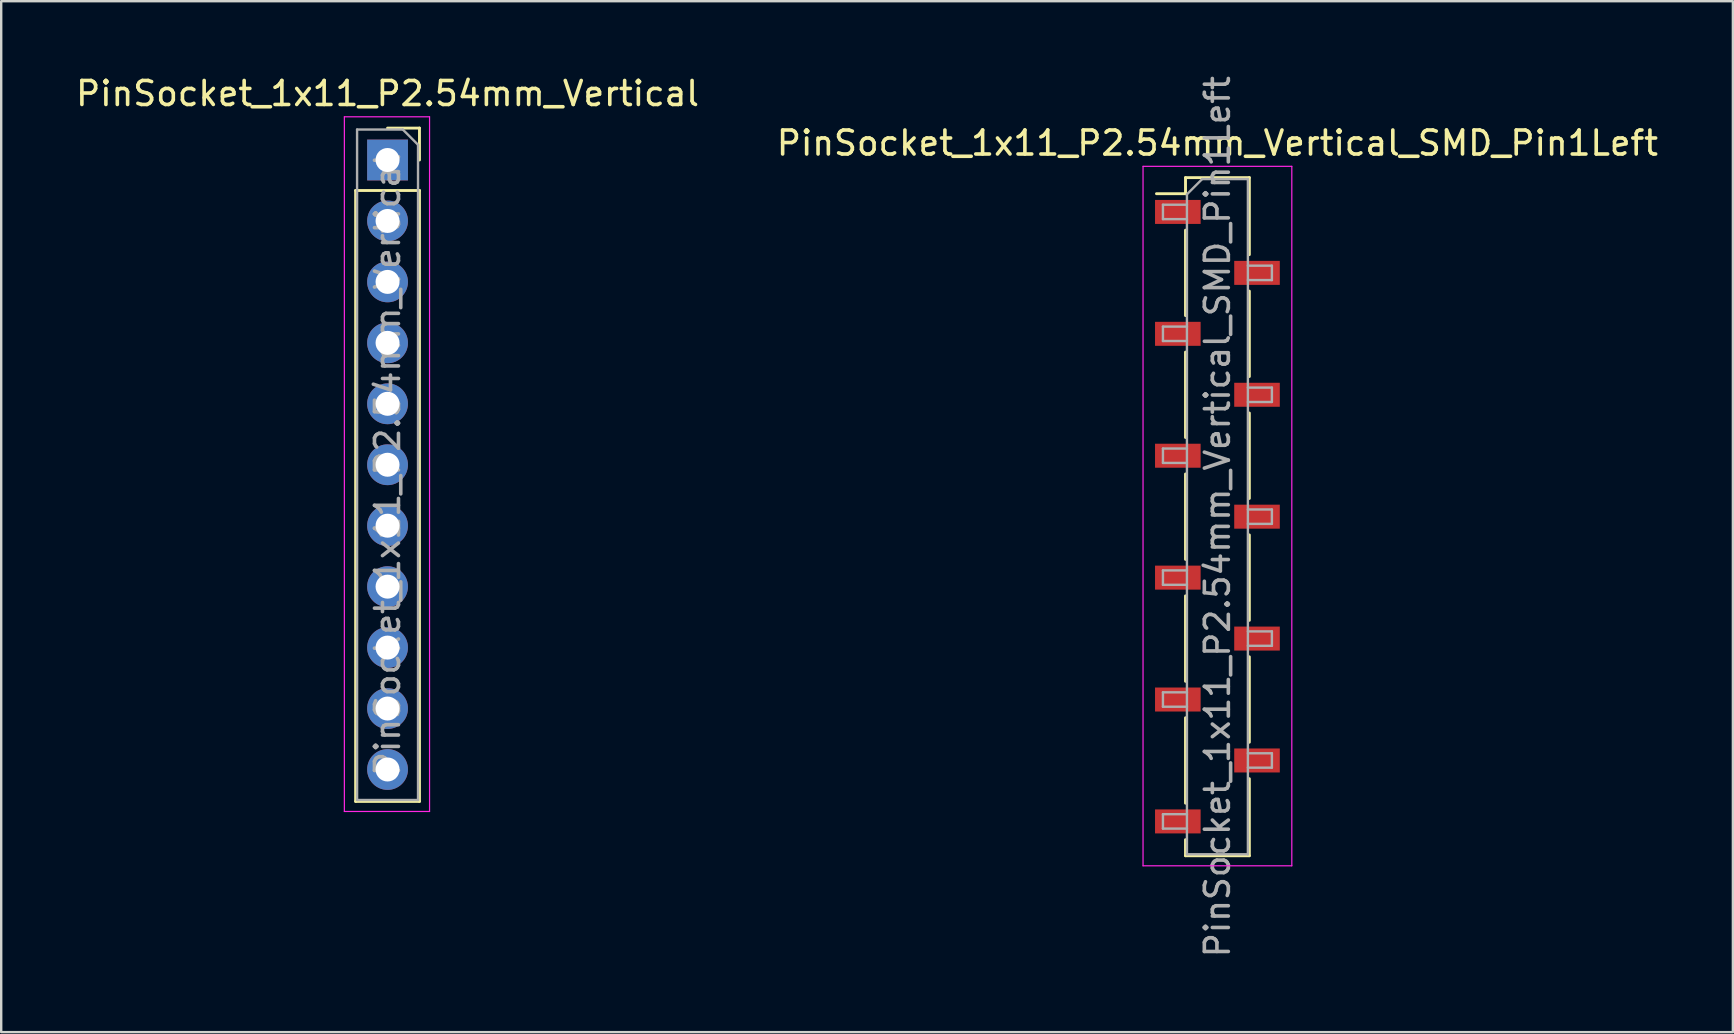
<source format=kicad_pcb>
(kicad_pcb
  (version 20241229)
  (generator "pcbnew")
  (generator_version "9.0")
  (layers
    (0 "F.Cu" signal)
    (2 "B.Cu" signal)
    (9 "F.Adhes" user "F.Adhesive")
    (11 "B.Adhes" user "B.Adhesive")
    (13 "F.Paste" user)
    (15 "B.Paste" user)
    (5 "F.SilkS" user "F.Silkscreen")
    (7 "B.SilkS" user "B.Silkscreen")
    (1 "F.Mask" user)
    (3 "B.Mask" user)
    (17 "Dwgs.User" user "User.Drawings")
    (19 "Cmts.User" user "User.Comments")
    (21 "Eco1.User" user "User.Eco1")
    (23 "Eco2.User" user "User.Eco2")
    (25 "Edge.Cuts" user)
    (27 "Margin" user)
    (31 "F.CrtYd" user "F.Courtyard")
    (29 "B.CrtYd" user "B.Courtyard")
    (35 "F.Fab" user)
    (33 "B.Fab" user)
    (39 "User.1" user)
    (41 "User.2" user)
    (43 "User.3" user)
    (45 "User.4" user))
  (footprint "PinSocket_1x11_P2.54mm_Vertical"
    (layer "F.Cu")
    (at 13.101 3.618)
    (property "Reference" "PinSocket_1x11_P2.54mm_Vertical" (at 0 -2.77 0) (layer "F.SilkS") (effects (font (size 1 1) (thickness 0.15))))
    (attr through_hole)
    (fp_line (start -1.33 1.27) (end -1.33 26.73) (stroke (width 0.12) (type solid)) (layer "F.SilkS"))
    (fp_line (start -1.33 1.27) (end 1.33 1.27) (stroke (width 0.12) (type solid)) (layer "F.SilkS"))
    (fp_line (start -1.33 26.73) (end 1.33 26.73) (stroke (width 0.12) (type solid)) (layer "F.SilkS"))
    (fp_line (start 0 -1.33) (end 1.33 -1.33) (stroke (width 0.12) (type solid)) (layer "F.SilkS"))
    (fp_line (start 1.33 -1.33) (end 1.33 0) (stroke (width 0.12) (type solid)) (layer "F.SilkS"))
    (fp_line (start 1.33 1.27) (end 1.33 26.73) (stroke (width 0.12) (type solid)) (layer "F.SilkS"))
    (fp_line (start -1.8 -1.8) (end 1.75 -1.8) (stroke (width 0.05) (type solid)) (layer "F.CrtYd"))
    (fp_line (start -1.8 27.15) (end -1.8 -1.8) (stroke (width 0.05) (type solid)) (layer "F.CrtYd"))
    (fp_line (start 1.75 -1.8) (end 1.75 27.15) (stroke (width 0.05) (type solid)) (layer "F.CrtYd"))
    (fp_line (start 1.75 27.15) (end -1.8 27.15) (stroke (width 0.05) (type solid)) (layer "F.CrtYd"))
    (fp_line (start -1.27 -1.27) (end 0.635 -1.27) (stroke (width 0.1) (type solid)) (layer "F.Fab"))
    (fp_line (start -1.27 26.67) (end -1.27 -1.27) (stroke (width 0.1) (type solid)) (layer "F.Fab"))
    (fp_line (start 0.635 -1.27) (end 1.27 -0.635) (stroke (width 0.1) (type solid)) (layer "F.Fab"))
    (fp_line (start 1.27 -0.635) (end 1.27 26.67) (stroke (width 0.1) (type solid)) (layer "F.Fab"))
    (fp_line (start 1.27 26.67) (end -1.27 26.67) (stroke (width 0.1) (type solid)) (layer "F.Fab"))
    (fp_text user "${REFERENCE}" (at 0 12.7 90) (layer "F.Fab") (effects (font (size 1 1) (thickness 0.15))))
    (pad "1" thru_hole rect (at 0 0) (size 1.7 1.7) (drill 1) (layers "*.Cu" "*.Mask"))
    (pad "2" thru_hole oval (at 0 2.54) (size 1.7 1.7) (drill 1) (layers "*.Cu" "*.Mask"))
    (pad "3" thru_hole oval (at 0 5.08) (size 1.7 1.7) (drill 1) (layers "*.Cu" "*.Mask"))
    (pad "4" thru_hole oval (at 0 7.62) (size 1.7 1.7) (drill 1) (layers "*.Cu" "*.Mask"))
    (pad "5" thru_hole oval (at 0 10.16) (size 1.7 1.7) (drill 1) (layers "*.Cu" "*.Mask"))
    (pad "6" thru_hole oval (at 0 12.7) (size 1.7 1.7) (drill 1) (layers "*.Cu" "*.Mask"))
    (pad "7" thru_hole oval (at 0 15.24) (size 1.7 1.7) (drill 1) (layers "*.Cu" "*.Mask"))
    (pad "8" thru_hole oval (at 0 17.78) (size 1.7 1.7) (drill 1) (layers "*.Cu" "*.Mask"))
    (pad "9" thru_hole oval (at 0 20.32) (size 1.7 1.7) (drill 1) (layers "*.Cu" "*.Mask"))
    (pad "10" thru_hole oval (at 0 22.86) (size 1.7 1.7) (drill 1) (layers "*.Cu" "*.Mask"))
    (pad "11" thru_hole oval (at 0 25.4) (size 1.7 1.7) (drill 1) (layers "*.Cu" "*.Mask")))
  (footprint "PinSocket_1x11_P2.54mm_Vertical_SMD_Pin1Left"
    (layer "F.Cu")
    (at 47.685 18.482)
    (property "Reference" "PinSocket_1x11_P2.54mm_Vertical_SMD_Pin1Left" (at 0 -15.57 0) (layer "F.SilkS") (effects (font (size 1 1) (thickness 0.15))))
    (attr smd)
    (fp_line (start -2.54 -13.46) (end -1.33 -13.46) (stroke (width 0.12) (type solid)) (layer "F.SilkS"))
    (fp_line (start -1.33 -14.13) (end -1.33 -13.46) (stroke (width 0.12) (type solid)) (layer "F.SilkS"))
    (fp_line (start -1.33 -14.13) (end 1.33 -14.13) (stroke (width 0.12) (type solid)) (layer "F.SilkS"))
    (fp_line (start -1.33 -11.94) (end -1.33 -8.38) (stroke (width 0.12) (type solid)) (layer "F.SilkS"))
    (fp_line (start -1.33 -6.86) (end -1.33 -3.3) (stroke (width 0.12) (type solid)) (layer "F.SilkS"))
    (fp_line (start -1.33 -1.78) (end -1.33 1.78) (stroke (width 0.12) (type solid)) (layer "F.SilkS"))
    (fp_line (start -1.33 3.3) (end -1.33 6.86) (stroke (width 0.12) (type solid)) (layer "F.SilkS"))
    (fp_line (start -1.33 8.38) (end -1.33 11.94) (stroke (width 0.12) (type solid)) (layer "F.SilkS"))
    (fp_line (start -1.33 13.46) (end -1.33 14.13) (stroke (width 0.12) (type solid)) (layer "F.SilkS"))
    (fp_line (start -1.33 14.13) (end 1.33 14.13) (stroke (width 0.12) (type solid)) (layer "F.SilkS"))
    (fp_line (start 1.33 -14.13) (end 1.33 -10.92) (stroke (width 0.12) (type solid)) (layer "F.SilkS"))
    (fp_line (start 1.33 -9.4) (end 1.33 -5.84) (stroke (width 0.12) (type solid)) (layer "F.SilkS"))
    (fp_line (start 1.33 -4.32) (end 1.33 -0.76) (stroke (width 0.12) (type solid)) (layer "F.SilkS"))
    (fp_line (start 1.33 0.76) (end 1.33 4.32) (stroke (width 0.12) (type solid)) (layer "F.SilkS"))
    (fp_line (start 1.33 5.84) (end 1.33 9.4) (stroke (width 0.12) (type solid)) (layer "F.SilkS"))
    (fp_line (start 1.33 10.92) (end 1.33 14.13) (stroke (width 0.12) (type solid)) (layer "F.SilkS"))
    (fp_line (start -3.1 -14.6) (end 3.1 -14.6) (stroke (width 0.05) (type solid)) (layer "F.CrtYd"))
    (fp_line (start -3.1 14.55) (end -3.1 -14.6) (stroke (width 0.05) (type solid)) (layer "F.CrtYd"))
    (fp_line (start 3.1 -14.6) (end 3.1 14.55) (stroke (width 0.05) (type solid)) (layer "F.CrtYd"))
    (fp_line (start 3.1 14.55) (end -3.1 14.55) (stroke (width 0.05) (type solid)) (layer "F.CrtYd"))
    (fp_line (start -2.27 -13) (end -1.27 -13) (stroke (width 0.1) (type solid)) (layer "F.Fab"))
    (fp_line (start -2.27 -12.4) (end -2.27 -13) (stroke (width 0.1) (type solid)) (layer "F.Fab"))
    (fp_line (start -2.27 -7.92) (end -1.27 -7.92) (stroke (width 0.1) (type solid)) (layer "F.Fab"))
    (fp_line (start -2.27 -7.32) (end -2.27 -7.92) (stroke (width 0.1) (type solid)) (layer "F.Fab"))
    (fp_line (start -2.27 -2.84) (end -1.27 -2.84) (stroke (width 0.1) (type solid)) (layer "F.Fab"))
    (fp_line (start -2.27 -2.24) (end -2.27 -2.84) (stroke (width 0.1) (type solid)) (layer "F.Fab"))
    (fp_line (start -2.27 2.24) (end -1.27 2.24) (stroke (width 0.1) (type solid)) (layer "F.Fab"))
    (fp_line (start -2.27 2.84) (end -2.27 2.24) (stroke (width 0.1) (type solid)) (layer "F.Fab"))
    (fp_line (start -2.27 7.32) (end -1.27 7.32) (stroke (width 0.1) (type solid)) (layer "F.Fab"))
    (fp_line (start -2.27 7.92) (end -2.27 7.32) (stroke (width 0.1) (type solid)) (layer "F.Fab"))
    (fp_line (start -2.27 12.4) (end -1.27 12.4) (stroke (width 0.1) (type solid)) (layer "F.Fab"))
    (fp_line (start -2.27 13) (end -2.27 12.4) (stroke (width 0.1) (type solid)) (layer "F.Fab"))
    (fp_line (start -1.27 -13.435) (end -0.635 -14.07) (stroke (width 0.1) (type solid)) (layer "F.Fab"))
    (fp_line (start -1.27 -12.4) (end -2.27 -12.4) (stroke (width 0.1) (type solid)) (layer "F.Fab"))
    (fp_line (start -1.27 -7.32) (end -2.27 -7.32) (stroke (width 0.1) (type solid)) (layer "F.Fab"))
    (fp_line (start -1.27 -2.24) (end -2.27 -2.24) (stroke (width 0.1) (type solid)) (layer "F.Fab"))
    (fp_line (start -1.27 2.84) (end -2.27 2.84) (stroke (width 0.1) (type solid)) (layer "F.Fab"))
    (fp_line (start -1.27 7.92) (end -2.27 7.92) (stroke (width 0.1) (type solid)) (layer "F.Fab"))
    (fp_line (start -1.27 13) (end -2.27 13) (stroke (width 0.1) (type solid)) (layer "F.Fab"))
    (fp_line (start -1.27 14.07) (end -1.27 -13.435) (stroke (width 0.1) (type solid)) (layer "F.Fab"))
    (fp_line (start -0.635 -14.07) (end 1.27 -14.07) (stroke (width 0.1) (type solid)) (layer "F.Fab"))
    (fp_line (start 1.27 -14.07) (end 1.27 14.07) (stroke (width 0.1) (type solid)) (layer "F.Fab"))
    (fp_line (start 1.27 -10.46) (end 2.27 -10.46) (stroke (width 0.1) (type solid)) (layer "F.Fab"))
    (fp_line (start 1.27 -5.38) (end 2.27 -5.38) (stroke (width 0.1) (type solid)) (layer "F.Fab"))
    (fp_line (start 1.27 -0.3) (end 2.27 -0.3) (stroke (width 0.1) (type solid)) (layer "F.Fab"))
    (fp_line (start 1.27 4.78) (end 2.27 4.78) (stroke (width 0.1) (type solid)) (layer "F.Fab"))
    (fp_line (start 1.27 9.86) (end 2.27 9.86) (stroke (width 0.1) (type solid)) (layer "F.Fab"))
    (fp_line (start 1.27 14.07) (end -1.27 14.07) (stroke (width 0.1) (type solid)) (layer "F.Fab"))
    (fp_line (start 2.27 -10.46) (end 2.27 -9.86) (stroke (width 0.1) (type solid)) (layer "F.Fab"))
    (fp_line (start 2.27 -9.86) (end 1.27 -9.86) (stroke (width 0.1) (type solid)) (layer "F.Fab"))
    (fp_line (start 2.27 -5.38) (end 2.27 -4.78) (stroke (width 0.1) (type solid)) (layer "F.Fab"))
    (fp_line (start 2.27 -4.78) (end 1.27 -4.78) (stroke (width 0.1) (type solid)) (layer "F.Fab"))
    (fp_line (start 2.27 -0.3) (end 2.27 0.3) (stroke (width 0.1) (type solid)) (layer "F.Fab"))
    (fp_line (start 2.27 0.3) (end 1.27 0.3) (stroke (width 0.1) (type solid)) (layer "F.Fab"))
    (fp_line (start 2.27 4.78) (end 2.27 5.38) (stroke (width 0.1) (type solid)) (layer "F.Fab"))
    (fp_line (start 2.27 5.38) (end 1.27 5.38) (stroke (width 0.1) (type solid)) (layer "F.Fab"))
    (fp_line (start 2.27 9.86) (end 2.27 10.46) (stroke (width 0.1) (type solid)) (layer "F.Fab"))
    (fp_line (start 2.27 10.46) (end 1.27 10.46) (stroke (width 0.1) (type solid)) (layer "F.Fab"))
    (fp_text user "${REFERENCE}" (at 0 0 90) (layer "F.Fab") (effects (font (size 1 1) (thickness 0.15))))
    (pad "1" smd rect (at -1.65 -12.7) (size 1.9 1) (layers "F.Cu" "F.Mask" "F.Paste"))
    (pad "2" smd rect (at 1.65 -10.16) (size 1.9 1) (layers "F.Cu" "F.Mask" "F.Paste"))
    (pad "3" smd rect (at -1.65 -7.62) (size 1.9 1) (layers "F.Cu" "F.Mask" "F.Paste"))
    (pad "4" smd rect (at 1.65 -5.08) (size 1.9 1) (layers "F.Cu" "F.Mask" "F.Paste"))
    (pad "5" smd rect (at -1.65 -2.54) (size 1.9 1) (layers "F.Cu" "F.Mask" "F.Paste"))
    (pad "6" smd rect (at 1.65 0) (size 1.9 1) (layers "F.Cu" "F.Mask" "F.Paste"))
    (pad "7" smd rect (at -1.65 2.54) (size 1.9 1) (layers "F.Cu" "F.Mask" "F.Paste"))
    (pad "8" smd rect (at 1.65 5.08) (size 1.9 1) (layers "F.Cu" "F.Mask" "F.Paste"))
    (pad "9" smd rect (at -1.65 7.62) (size 1.9 1) (layers "F.Cu" "F.Mask" "F.Paste"))
    (pad "10" smd rect (at 1.65 10.16) (size 1.9 1) (layers "F.Cu" "F.Mask" "F.Paste"))
    (pad "11" smd rect (at -1.65 12.7) (size 1.9 1) (layers "F.Cu" "F.Mask" "F.Paste")))
  (gr_rect
    (start -3 -3)
    (end 69.167 39.964)
    (stroke (width 0.1) (type default))
    (fill no)
    (layer "Edge.Cuts")))
</source>
